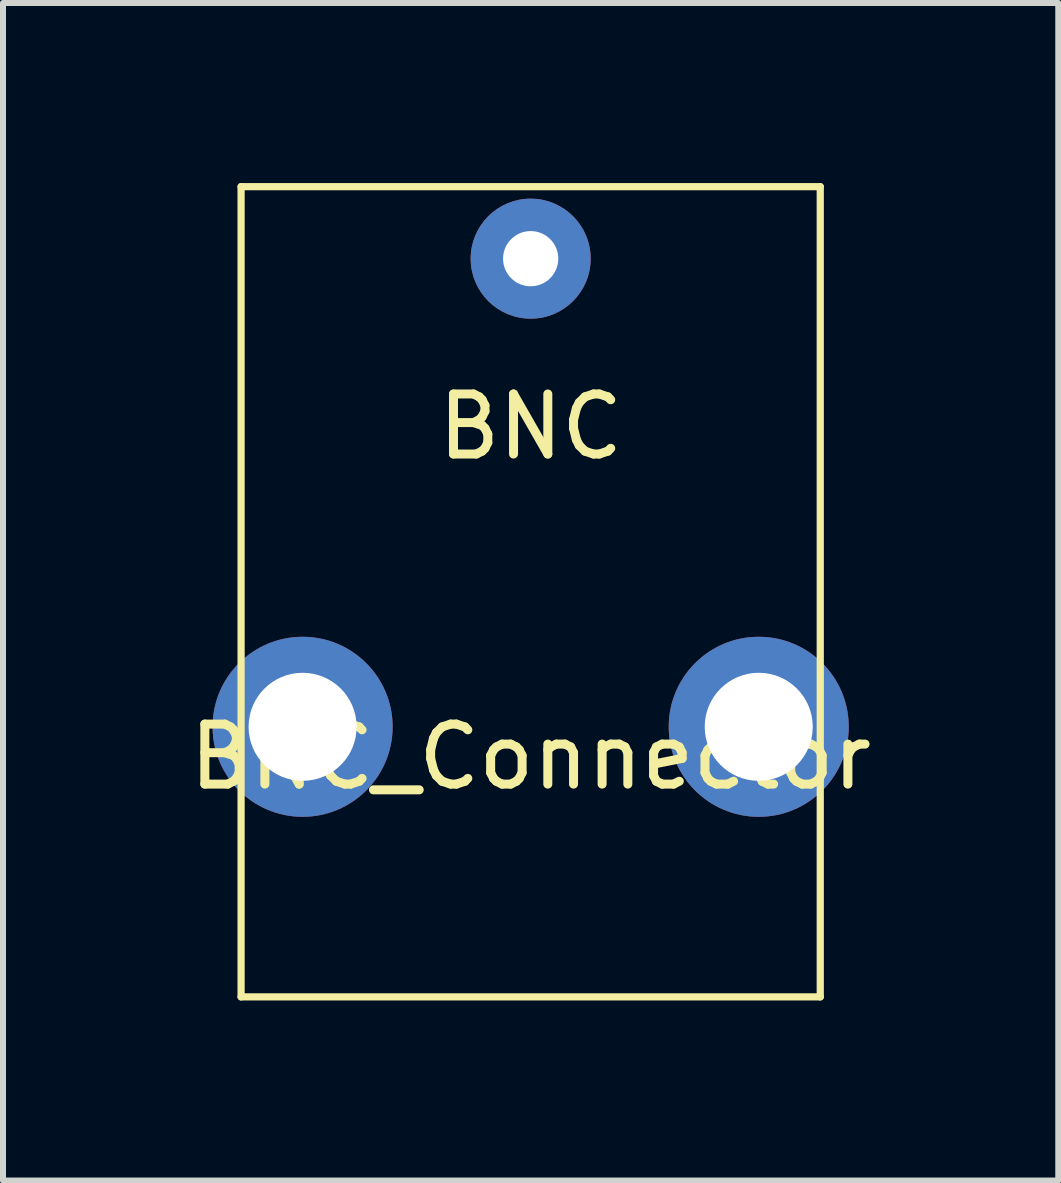
<source format=kicad_pcb>
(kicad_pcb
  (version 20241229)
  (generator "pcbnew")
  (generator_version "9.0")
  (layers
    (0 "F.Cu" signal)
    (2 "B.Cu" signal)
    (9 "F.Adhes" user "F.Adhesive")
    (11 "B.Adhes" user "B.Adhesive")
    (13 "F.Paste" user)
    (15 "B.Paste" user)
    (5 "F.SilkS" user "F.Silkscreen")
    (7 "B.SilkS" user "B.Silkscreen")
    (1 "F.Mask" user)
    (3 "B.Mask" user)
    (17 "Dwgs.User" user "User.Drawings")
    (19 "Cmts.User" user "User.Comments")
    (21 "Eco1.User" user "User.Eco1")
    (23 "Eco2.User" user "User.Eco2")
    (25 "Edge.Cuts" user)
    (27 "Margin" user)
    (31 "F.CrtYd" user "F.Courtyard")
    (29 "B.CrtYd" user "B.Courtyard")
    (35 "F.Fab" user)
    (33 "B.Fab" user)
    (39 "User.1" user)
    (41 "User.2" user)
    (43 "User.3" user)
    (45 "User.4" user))
  (footprint "BNC_Connector"
    (layer "F.Cu")
    (at 5.792 9.06)
    (property "Reference" "BNC_Connector" (at 0 0.5 0) (layer "F.SilkS") (effects (font (size 1 1) (thickness 0.15))))
    (attr through_hole)
    (fp_line (start -4.825 -9) (end -4.825 4.5) (stroke (width 0.12) (type solid)) (layer "F.SilkS"))
    (fp_line (start -4.825 4.5) (end 4.825 4.5) (stroke (width 0.12) (type solid)) (layer "F.SilkS"))
    (fp_line (start 4.825 -9) (end -4.825 -9) (stroke (width 0.12) (type solid)) (layer "F.SilkS"))
    (fp_line (start 4.825 4.5) (end 4.825 -9) (stroke (width 0.12) (type solid)) (layer "F.SilkS"))
    (fp_text user "BNC" (at 0 -5 0) (layer "F.SilkS") (effects (font (size 1 1) (thickness 0.15))))
    (pad "1" thru_hole circle (at 0 -7.8) (size 2 2) (drill 0.92) (layers "*.Cu" "*.Mask"))
    (pad "2" thru_hole circle (at -3.8 0) (size 3 3) (drill 1.8) (layers "*.Cu" "*.Mask"))
    (pad "2" thru_hole circle (at 3.8 0) (size 3 3) (drill 1.8) (layers "*.Cu" "*.Mask")))
  (gr_rect
    (start -3 -3)
    (end 14.583 16.62)
    (stroke (width 0.1) (type default))
    (fill no)
    (layer "Edge.Cuts")))
</source>
